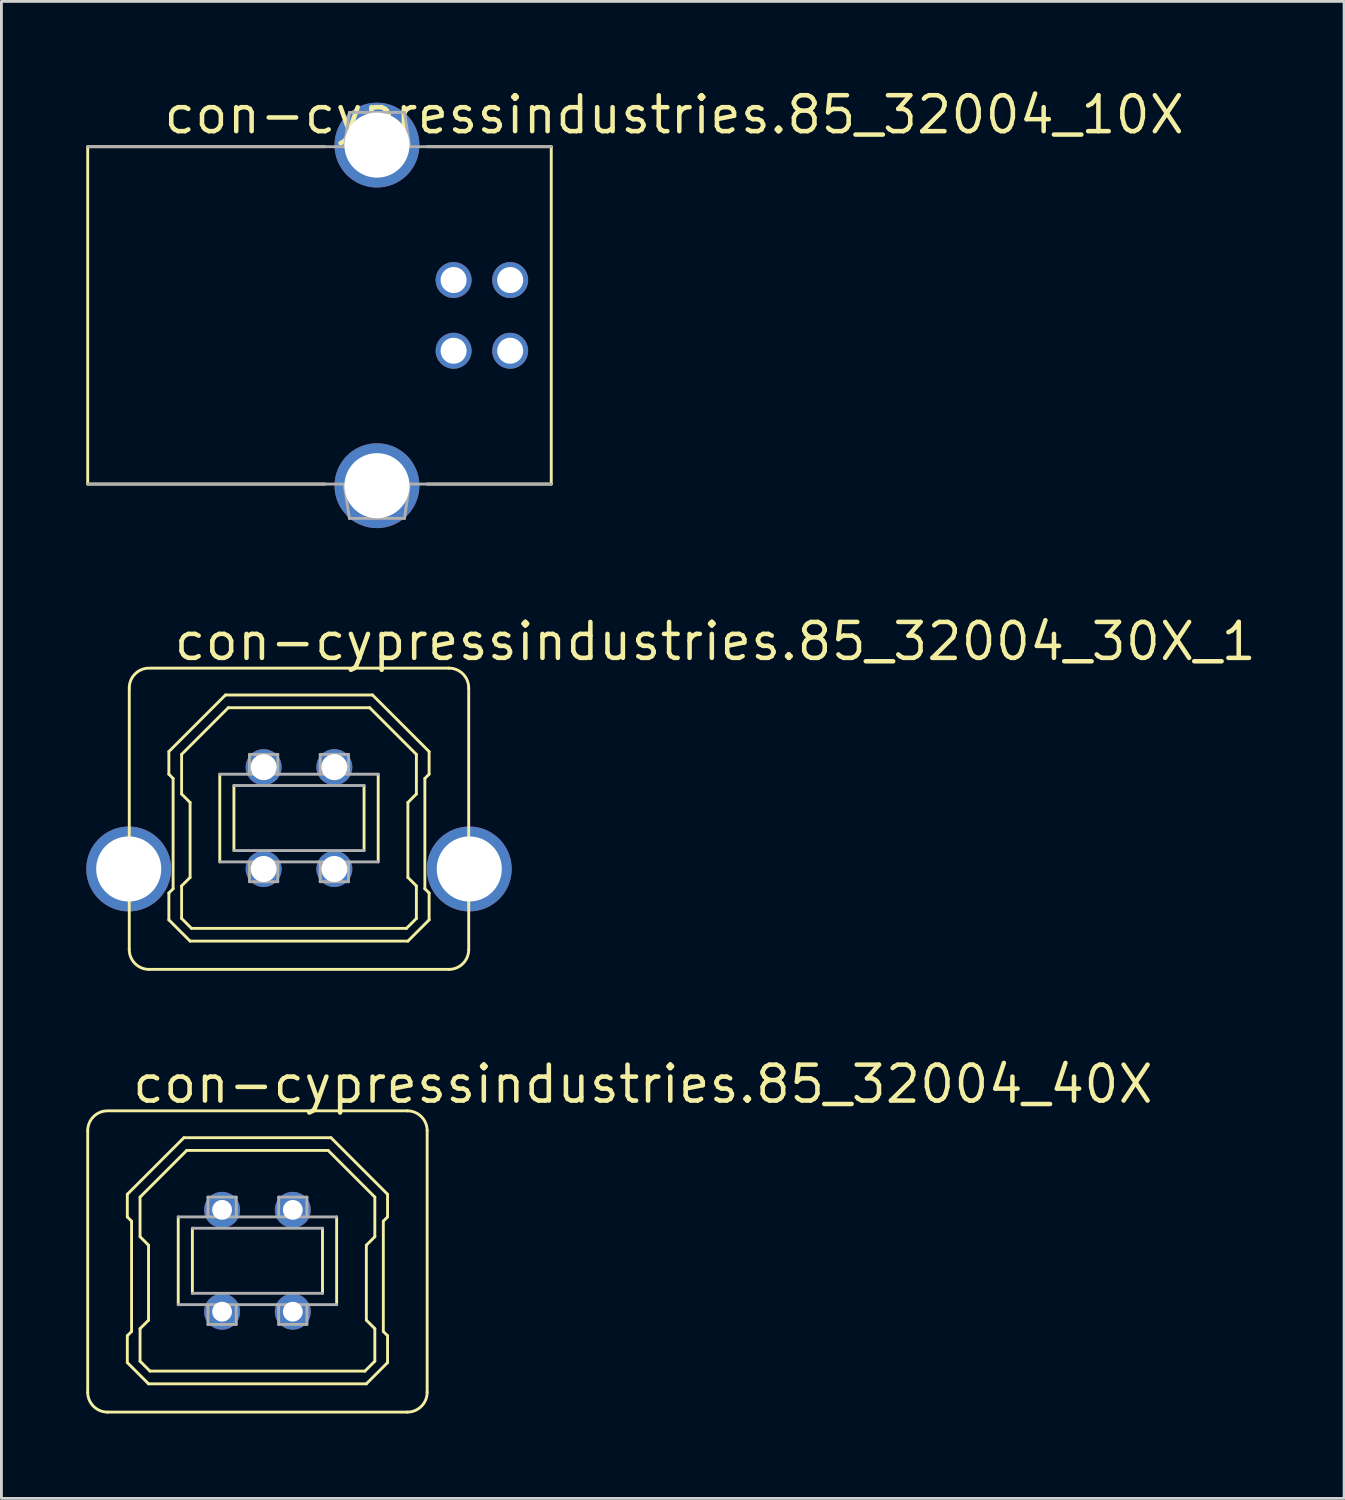
<source format=kicad_pcb>
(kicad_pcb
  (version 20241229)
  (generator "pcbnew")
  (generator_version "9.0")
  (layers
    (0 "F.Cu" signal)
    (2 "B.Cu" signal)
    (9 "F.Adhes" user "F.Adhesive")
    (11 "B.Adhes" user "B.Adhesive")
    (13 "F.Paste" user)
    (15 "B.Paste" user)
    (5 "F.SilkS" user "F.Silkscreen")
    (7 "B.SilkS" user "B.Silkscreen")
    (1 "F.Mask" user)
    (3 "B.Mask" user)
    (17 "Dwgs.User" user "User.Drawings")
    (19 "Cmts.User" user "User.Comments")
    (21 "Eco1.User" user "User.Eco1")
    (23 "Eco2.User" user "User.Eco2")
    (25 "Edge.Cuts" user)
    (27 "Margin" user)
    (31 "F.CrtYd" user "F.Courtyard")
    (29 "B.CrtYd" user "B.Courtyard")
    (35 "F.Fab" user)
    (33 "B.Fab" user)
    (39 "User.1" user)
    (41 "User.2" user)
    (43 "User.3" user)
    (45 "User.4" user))
  (footprint "con-cypressindustries.85_32004_30X_1"
    (layer "F.Cu")
    (at 7.52 25.87)
    (property "Reference" "con-cypressindustries.85_32004_30X_1" (at -4.5 -5.5 0) (layer "F.SilkS") (effects (font (size 1.27 1.27) (thickness 0.16)) (justify left bottom)))
    (attr through_hole)
    (fp_line (start -6 4.65) (end -6 -4.6) (stroke (width 0.102) (type default)) (layer "F.SilkS"))
    (fp_line (start -5.25 -5.3) (end 5.3 -5.3) (stroke (width 0.102) (type default)) (layer "F.SilkS"))
    (fp_line (start -4.6 -2.35) (end -2.6 -4.35) (stroke (width 0.102) (type default)) (layer "F.SilkS"))
    (fp_line (start -4.6 -1.55) (end -4.6 -2.35) (stroke (width 0.102) (type default)) (layer "F.SilkS"))
    (fp_line (start -4.6 2.65) (end -4.45 2.5) (stroke (width 0.102) (type default)) (layer "F.SilkS"))
    (fp_line (start -4.6 3.6) (end -4.6 2.65) (stroke (width 0.102) (type default)) (layer "F.SilkS"))
    (fp_line (start -4.45 -1.4) (end -4.6 -1.55) (stroke (width 0.102) (type default)) (layer "F.SilkS"))
    (fp_line (start -4.45 2.5) (end -4.45 -1.4) (stroke (width 0.102) (type default)) (layer "F.SilkS"))
    (fp_line (start -4.15 -2.25) (end -2.5 -3.9) (stroke (width 0.102) (type default)) (layer "F.SilkS"))
    (fp_line (start -4.15 -0.85) (end -4.15 -2.25) (stroke (width 0.102) (type default)) (layer "F.SilkS"))
    (fp_line (start -4.15 2.4) (end -3.85 2.1) (stroke (width 0.102) (type default)) (layer "F.SilkS"))
    (fp_line (start -4.15 3.55) (end -4.15 2.4) (stroke (width 0.102) (type default)) (layer "F.SilkS"))
    (fp_line (start -3.85 -0.55) (end -4.15 -0.85) (stroke (width 0.102) (type default)) (layer "F.SilkS"))
    (fp_line (start -3.85 2.1) (end -3.85 -0.55) (stroke (width 0.102) (type default)) (layer "F.SilkS"))
    (fp_line (start -3.85 4.35) (end -4.6 3.6) (stroke (width 0.102) (type default)) (layer "F.SilkS"))
    (fp_line (start -3.8 3.9) (end -4.15 3.55) (stroke (width 0.102) (type default)) (layer "F.SilkS"))
    (fp_line (start -2.8 1.55) (end -2.8 -1.55) (stroke (width 0.102) (type default)) (layer "F.SilkS"))
    (fp_line (start -2.6 -4.35) (end 2.6 -4.35) (stroke (width 0.102) (type default)) (layer "F.SilkS"))
    (fp_line (start -2.5 -3.9) (end 2.5 -3.9) (stroke (width 0.102) (type default)) (layer "F.SilkS"))
    (fp_line (start -2.3 1.15) (end -2.3 -1.15) (stroke (width 0.102) (type default)) (layer "F.SilkS"))
    (fp_line (start 2.3 -1.15) (end 2.3 1.15) (stroke (width 0.102) (type default)) (layer "F.SilkS"))
    (fp_line (start 2.5 -3.9) (end 4.15 -2.25) (stroke (width 0.102) (type default)) (layer "F.SilkS"))
    (fp_line (start 2.6 -4.35) (end 4.6 -2.35) (stroke (width 0.102) (type default)) (layer "F.SilkS"))
    (fp_line (start 2.8 -1.55) (end 2.8 1.55) (stroke (width 0.102) (type default)) (layer "F.SilkS"))
    (fp_line (start 3.8 3.9) (end -3.8 3.9) (stroke (width 0.102) (type default)) (layer "F.SilkS"))
    (fp_line (start 3.85 -0.55) (end 3.85 2.1) (stroke (width 0.102) (type default)) (layer "F.SilkS"))
    (fp_line (start 3.85 -0.55) (end 4.15 -0.85) (stroke (width 0.102) (type default)) (layer "F.SilkS"))
    (fp_line (start 3.85 2.1) (end 4.15 2.4) (stroke (width 0.102) (type default)) (layer "F.SilkS"))
    (fp_line (start 3.85 4.35) (end -3.85 4.35) (stroke (width 0.102) (type default)) (layer "F.SilkS"))
    (fp_line (start 4.15 -0.85) (end 4.15 -2.25) (stroke (width 0.102) (type default)) (layer "F.SilkS"))
    (fp_line (start 4.15 2.4) (end 4.15 3.55) (stroke (width 0.102) (type default)) (layer "F.SilkS"))
    (fp_line (start 4.15 3.55) (end 3.8 3.9) (stroke (width 0.102) (type default)) (layer "F.SilkS"))
    (fp_line (start 4.45 -1.4) (end 4.45 2.5) (stroke (width 0.102) (type default)) (layer "F.SilkS"))
    (fp_line (start 4.45 2.5) (end 4.6 2.65) (stroke (width 0.102) (type default)) (layer "F.SilkS"))
    (fp_line (start 4.6 -2.35) (end 4.6 -1.55) (stroke (width 0.102) (type default)) (layer "F.SilkS"))
    (fp_line (start 4.6 -1.55) (end 4.45 -1.4) (stroke (width 0.102) (type default)) (layer "F.SilkS"))
    (fp_line (start 4.6 2.65) (end 4.6 3.6) (stroke (width 0.102) (type default)) (layer "F.SilkS"))
    (fp_line (start 4.6 3.6) (end 3.85 4.35) (stroke (width 0.102) (type default)) (layer "F.SilkS"))
    (fp_line (start 5.3 5.35) (end -5.3 5.35) (stroke (width 0.102) (type default)) (layer "F.SilkS"))
    (fp_line (start 6 -4.6) (end 6 4.65) (stroke (width 0.102) (type default)) (layer "F.SilkS"))
    (fp_arc (start -6 -4.6) (mid -5.794975 -5.094975) (end -5.3 -5.3) (stroke (width 0.1016) (type default)) (layer "F.SilkS"))
    (fp_arc (start -5.3 5.35) (mid -5.794975 5.144975) (end -6 4.65) (stroke (width 0.1016) (type default)) (layer "F.SilkS"))
    (fp_arc (start 5.3 -5.3) (mid 5.794975 -5.094975) (end 6 -4.6) (stroke (width 0.1016) (type default)) (layer "F.SilkS"))
    (fp_arc (start 6 4.65) (mid 5.794975 5.144975) (end 5.3 5.35) (stroke (width 0.1016) (type default)) (layer "F.SilkS"))
    (fp_line (start -2.8 -1.55) (end 2.8 -1.55) (stroke (width 0.102) (type default)) (layer "F.Fab"))
    (fp_line (start -2.3 -1.15) (end 2.3 -1.15) (stroke (width 0.102) (type default)) (layer "F.Fab"))
    (fp_line (start -1.75 -2.25) (end -0.75 -2.25) (stroke (width 0.102) (type default)) (layer "F.Fab"))
    (fp_line (start -1.75 -1.6) (end -1.75 -2.25) (stroke (width 0.102) (type default)) (layer "F.Fab"))
    (fp_line (start -1.75 2.25) (end -1.75 1.6) (stroke (width 0.102) (type default)) (layer "F.Fab"))
    (fp_line (start -0.75 -2.25) (end -0.75 -1.6) (stroke (width 0.102) (type default)) (layer "F.Fab"))
    (fp_line (start -0.75 1.6) (end -0.75 2.25) (stroke (width 0.102) (type default)) (layer "F.Fab"))
    (fp_line (start -0.75 2.25) (end -1.75 2.25) (stroke (width 0.102) (type default)) (layer "F.Fab"))
    (fp_line (start 0.75 -2.25) (end 1.75 -2.25) (stroke (width 0.102) (type default)) (layer "F.Fab"))
    (fp_line (start 0.75 -1.6) (end 0.75 -2.25) (stroke (width 0.102) (type default)) (layer "F.Fab"))
    (fp_line (start 0.75 2.25) (end 0.75 1.6) (stroke (width 0.102) (type default)) (layer "F.Fab"))
    (fp_line (start 1.75 -2.25) (end 1.75 -1.6) (stroke (width 0.102) (type default)) (layer "F.Fab"))
    (fp_line (start 1.75 1.6) (end 1.75 2.25) (stroke (width 0.102) (type default)) (layer "F.Fab"))
    (fp_line (start 1.75 2.25) (end 0.75 2.25) (stroke (width 0.102) (type default)) (layer "F.Fab"))
    (fp_line (start 2.3 1.15) (end -2.3 1.15) (stroke (width 0.102) (type default)) (layer "F.Fab"))
    (fp_line (start 2.8 1.55) (end -2.8 1.55) (stroke (width 0.102) (type default)) (layer "F.Fab"))
    (pad "1" thru_hole circle (at 1.25 -1.8) (size 1.27 1.27) (drill 0.92) (layers "*.Cu" "*.Mask"))
    (pad "2" thru_hole circle (at -1.25 -1.8) (size 1.27 1.27) (drill 0.92) (layers "*.Cu" "*.Mask"))
    (pad "3" thru_hole circle (at -1.25 1.8) (size 1.27 1.27) (drill 0.92) (layers "*.Cu" "*.Mask"))
    (pad "4" thru_hole circle (at 1.25 1.8) (size 1.27 1.27) (drill 0.92) (layers "*.Cu" "*.Mask"))
    (pad "M1" thru_hole circle (at -6.02 1.8) (size 3 3) (drill 2.3) (layers "*.Cu" "*.Mask"))
    (pad "M2" thru_hole circle (at 6.02 1.8) (size 3 3) (drill 2.3) (layers "*.Cu" "*.Mask")))
  (footprint "con-cypressindustries.85_32004_40X"
    (layer "F.Cu")
    (at 6.051 41.521)
    (property "Reference" "con-cypressindustries.85_32004_40X" (at -4.5 -5.5 0) (layer "F.SilkS") (effects (font (size 1.27 1.27) (thickness 0.16)) (justify left bottom)))
    (attr through_hole)
    (fp_line (start -6 4.65) (end -6 -4.6) (stroke (width 0.102) (type default)) (layer "F.SilkS"))
    (fp_line (start -5.25 -5.3) (end 5.3 -5.3) (stroke (width 0.102) (type default)) (layer "F.SilkS"))
    (fp_line (start -4.6 -2.35) (end -2.6 -4.35) (stroke (width 0.102) (type default)) (layer "F.SilkS"))
    (fp_line (start -4.6 -1.55) (end -4.6 -2.35) (stroke (width 0.102) (type default)) (layer "F.SilkS"))
    (fp_line (start -4.6 2.65) (end -4.45 2.5) (stroke (width 0.102) (type default)) (layer "F.SilkS"))
    (fp_line (start -4.6 3.6) (end -4.6 2.65) (stroke (width 0.102) (type default)) (layer "F.SilkS"))
    (fp_line (start -4.45 -1.4) (end -4.6 -1.55) (stroke (width 0.102) (type default)) (layer "F.SilkS"))
    (fp_line (start -4.45 2.5) (end -4.45 -1.4) (stroke (width 0.102) (type default)) (layer "F.SilkS"))
    (fp_line (start -4.15 -2.25) (end -2.5 -3.9) (stroke (width 0.102) (type default)) (layer "F.SilkS"))
    (fp_line (start -4.15 -0.85) (end -4.15 -2.25) (stroke (width 0.102) (type default)) (layer "F.SilkS"))
    (fp_line (start -4.15 2.4) (end -3.85 2.1) (stroke (width 0.102) (type default)) (layer "F.SilkS"))
    (fp_line (start -4.15 3.55) (end -4.15 2.4) (stroke (width 0.102) (type default)) (layer "F.SilkS"))
    (fp_line (start -3.85 -0.55) (end -4.15 -0.85) (stroke (width 0.102) (type default)) (layer "F.SilkS"))
    (fp_line (start -3.85 2.1) (end -3.85 -0.55) (stroke (width 0.102) (type default)) (layer "F.SilkS"))
    (fp_line (start -3.85 4.35) (end -4.6 3.6) (stroke (width 0.102) (type default)) (layer "F.SilkS"))
    (fp_line (start -3.8 3.9) (end -4.15 3.55) (stroke (width 0.102) (type default)) (layer "F.SilkS"))
    (fp_line (start -2.8 1.55) (end -2.8 -1.55) (stroke (width 0.102) (type default)) (layer "F.SilkS"))
    (fp_line (start -2.6 -4.35) (end 2.6 -4.35) (stroke (width 0.102) (type default)) (layer "F.SilkS"))
    (fp_line (start -2.5 -3.9) (end 2.5 -3.9) (stroke (width 0.102) (type default)) (layer "F.SilkS"))
    (fp_line (start -2.3 1.15) (end -2.3 -1.15) (stroke (width 0.102) (type default)) (layer "F.SilkS"))
    (fp_line (start 2.3 -1.15) (end 2.3 1.15) (stroke (width 0.102) (type default)) (layer "F.SilkS"))
    (fp_line (start 2.5 -3.9) (end 4.15 -2.25) (stroke (width 0.102) (type default)) (layer "F.SilkS"))
    (fp_line (start 2.6 -4.35) (end 4.6 -2.35) (stroke (width 0.102) (type default)) (layer "F.SilkS"))
    (fp_line (start 2.8 -1.55) (end 2.8 1.55) (stroke (width 0.102) (type default)) (layer "F.SilkS"))
    (fp_line (start 3.8 3.9) (end -3.8 3.9) (stroke (width 0.102) (type default)) (layer "F.SilkS"))
    (fp_line (start 3.85 -0.55) (end 3.85 2.1) (stroke (width 0.102) (type default)) (layer "F.SilkS"))
    (fp_line (start 3.85 -0.55) (end 4.15 -0.85) (stroke (width 0.102) (type default)) (layer "F.SilkS"))
    (fp_line (start 3.85 2.1) (end 4.15 2.4) (stroke (width 0.102) (type default)) (layer "F.SilkS"))
    (fp_line (start 3.85 4.35) (end -3.85 4.35) (stroke (width 0.102) (type default)) (layer "F.SilkS"))
    (fp_line (start 4.15 -0.85) (end 4.15 -2.25) (stroke (width 0.102) (type default)) (layer "F.SilkS"))
    (fp_line (start 4.15 2.4) (end 4.15 3.55) (stroke (width 0.102) (type default)) (layer "F.SilkS"))
    (fp_line (start 4.15 3.55) (end 3.8 3.9) (stroke (width 0.102) (type default)) (layer "F.SilkS"))
    (fp_line (start 4.45 -1.4) (end 4.45 2.5) (stroke (width 0.102) (type default)) (layer "F.SilkS"))
    (fp_line (start 4.45 2.5) (end 4.6 2.65) (stroke (width 0.102) (type default)) (layer "F.SilkS"))
    (fp_line (start 4.6 -2.35) (end 4.6 -1.55) (stroke (width 0.102) (type default)) (layer "F.SilkS"))
    (fp_line (start 4.6 -1.55) (end 4.45 -1.4) (stroke (width 0.102) (type default)) (layer "F.SilkS"))
    (fp_line (start 4.6 2.65) (end 4.6 3.6) (stroke (width 0.102) (type default)) (layer "F.SilkS"))
    (fp_line (start 4.6 3.6) (end 3.85 4.35) (stroke (width 0.102) (type default)) (layer "F.SilkS"))
    (fp_line (start 5.3 5.35) (end -5.3 5.35) (stroke (width 0.102) (type default)) (layer "F.SilkS"))
    (fp_line (start 6 -4.6) (end 6 4.65) (stroke (width 0.102) (type default)) (layer "F.SilkS"))
    (fp_arc (start -6 -4.6) (mid -5.794975 -5.094975) (end -5.3 -5.3) (stroke (width 0.1016) (type default)) (layer "F.SilkS"))
    (fp_arc (start -5.3 5.35) (mid -5.794975 5.144975) (end -6 4.65) (stroke (width 0.1016) (type default)) (layer "F.SilkS"))
    (fp_arc (start 5.3 -5.3) (mid 5.794975 -5.094975) (end 6 -4.6) (stroke (width 0.1016) (type default)) (layer "F.SilkS"))
    (fp_arc (start 6 4.65) (mid 5.794975 5.144975) (end 5.3 5.35) (stroke (width 0.1016) (type default)) (layer "F.SilkS"))
    (fp_line (start -2.8 -1.55) (end 2.8 -1.55) (stroke (width 0.102) (type default)) (layer "F.Fab"))
    (fp_line (start -2.3 -1.15) (end 2.3 -1.15) (stroke (width 0.102) (type default)) (layer "F.Fab"))
    (fp_line (start -1.75 -2.25) (end -0.75 -2.25) (stroke (width 0.102) (type default)) (layer "F.Fab"))
    (fp_line (start -1.75 -1.6) (end -1.75 -2.25) (stroke (width 0.102) (type default)) (layer "F.Fab"))
    (fp_line (start -1.75 2.25) (end -1.75 1.6) (stroke (width 0.102) (type default)) (layer "F.Fab"))
    (fp_line (start -0.75 -2.25) (end -0.75 -1.6) (stroke (width 0.102) (type default)) (layer "F.Fab"))
    (fp_line (start -0.75 1.6) (end -0.75 2.25) (stroke (width 0.102) (type default)) (layer "F.Fab"))
    (fp_line (start -0.75 2.25) (end -1.75 2.25) (stroke (width 0.102) (type default)) (layer "F.Fab"))
    (fp_line (start 0.75 -2.25) (end 1.75 -2.25) (stroke (width 0.102) (type default)) (layer "F.Fab"))
    (fp_line (start 0.75 -1.6) (end 0.75 -2.25) (stroke (width 0.102) (type default)) (layer "F.Fab"))
    (fp_line (start 0.75 2.25) (end 0.75 1.6) (stroke (width 0.102) (type default)) (layer "F.Fab"))
    (fp_line (start 1.75 -2.25) (end 1.75 -1.6) (stroke (width 0.102) (type default)) (layer "F.Fab"))
    (fp_line (start 1.75 1.6) (end 1.75 2.25) (stroke (width 0.102) (type default)) (layer "F.Fab"))
    (fp_line (start 1.75 2.25) (end 0.75 2.25) (stroke (width 0.102) (type default)) (layer "F.Fab"))
    (fp_line (start 2.3 1.15) (end -2.3 1.15) (stroke (width 0.102) (type default)) (layer "F.Fab"))
    (fp_line (start 2.8 1.55) (end -2.8 1.55) (stroke (width 0.102) (type default)) (layer "F.Fab"))
    (pad "1" thru_hole circle (at 1.25 -1.8) (size 1.27 1.27) (drill 0.7) (layers "*.Cu" "*.Mask"))
    (pad "2" thru_hole circle (at -1.25 -1.8) (size 1.27 1.27) (drill 0.7) (layers "*.Cu" "*.Mask"))
    (pad "3" thru_hole circle (at -1.25 1.8) (size 1.27 1.27) (drill 0.7) (layers "*.Cu" "*.Mask"))
    (pad "4" thru_hole circle (at 1.25 1.8) (size 1.27 1.27) (drill 0.7) (layers "*.Cu" "*.Mask")))
  (footprint "con-cypressindustries.85_32004_10X"
    (layer "F.Cu")
    (at 10.276 8.1)
    (property "Reference" "con-cypressindustries.85_32004_10X" (at -7.62 -6.35 0) (layer "F.SilkS") (effects (font (size 1.27 1.27) (thickness 0.16)) (justify left bottom)))
    (attr through_hole)
    (fp_line (start -10.225 -5.963) (end -10.225 5.963) (stroke (width 0.102) (type default)) (layer "F.SilkS"))
    (fp_line (start -10.225 5.963) (end -1.837 5.963) (stroke (width 0.102) (type default)) (layer "F.SilkS"))
    (fp_line (start -1.837 -5.963) (end -10.225 -5.963) (stroke (width 0.102) (type default)) (layer "F.SilkS"))
    (fp_line (start 1.775 5.963) (end 6.162 5.963) (stroke (width 0.102) (type default)) (layer "F.SilkS"))
    (fp_line (start 6.162 -5.963) (end 1.775 -5.963) (stroke (width 0.102) (type default)) (layer "F.SilkS"))
    (fp_line (start 6.162 5.963) (end 6.162 -5.963) (stroke (width 0.102) (type default)) (layer "F.SilkS"))
    (fp_line (start -10.225 5.963) (end 6.162 5.963) (stroke (width 0.102) (type default)) (layer "F.Fab"))
    (fp_line (start -1.15 6.013) (end -0.975 7.175) (stroke (width 0.102) (type default)) (layer "F.Fab"))
    (fp_line (start -0.975 -7.175) (end -1.137 -6.025) (stroke (width 0.102) (type default)) (layer "F.Fab"))
    (fp_line (start -0.975 7.175) (end 0.975 7.175) (stroke (width 0.102) (type default)) (layer "F.Fab"))
    (fp_line (start 0.975 -7.175) (end -0.975 -7.175) (stroke (width 0.102) (type default)) (layer "F.Fab"))
    (fp_line (start 0.975 7.175) (end 1.137 6.025) (stroke (width 0.102) (type default)) (layer "F.Fab"))
    (fp_line (start 1.15 -6.013) (end 0.975 -7.175) (stroke (width 0.102) (type default)) (layer "F.Fab"))
    (fp_line (start 6.162 -5.963) (end -10.225 -5.963) (stroke (width 0.102) (type default)) (layer "F.Fab"))
    (pad "1" thru_hole circle (at 4.71 1.25 270) (size 1.27 1.27) (drill 0.92) (layers "*.Cu" "*.Mask"))
    (pad "2" thru_hole circle (at 4.71 -1.25 270) (size 1.27 1.27) (drill 0.92) (layers "*.Cu" "*.Mask"))
    (pad "3" thru_hole circle (at 2.71 -1.25 270) (size 1.27 1.27) (drill 0.92) (layers "*.Cu" "*.Mask"))
    (pad "4" thru_hole circle (at 2.71 1.25 270) (size 1.27 1.27) (drill 0.92) (layers "*.Cu" "*.Mask"))
    (pad "M1" thru_hole circle (at 0 -6.02 270) (size 3 3) (drill 2.3) (layers "*.Cu" "*.Mask"))
    (pad "M2" thru_hole circle (at 0 6.02 270) (size 3 3) (drill 2.3) (layers "*.Cu" "*.Mask")))
  (gr_rect
    (start -3 -3)
    (end 44.467 49.922)
    (stroke (width 0.1) (type default))
    (fill no)
    (layer "Edge.Cuts")))
</source>
